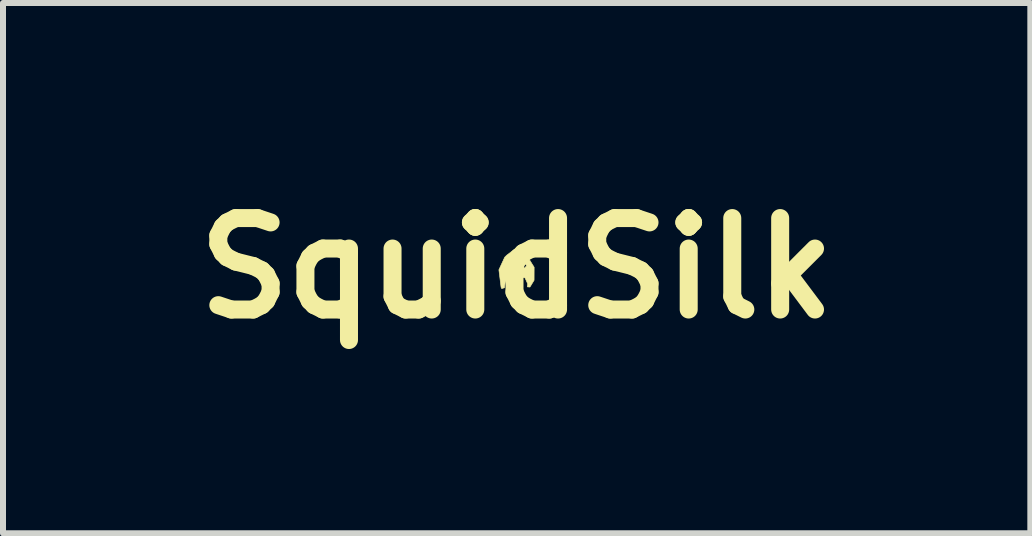
<source format=kicad_pcb>
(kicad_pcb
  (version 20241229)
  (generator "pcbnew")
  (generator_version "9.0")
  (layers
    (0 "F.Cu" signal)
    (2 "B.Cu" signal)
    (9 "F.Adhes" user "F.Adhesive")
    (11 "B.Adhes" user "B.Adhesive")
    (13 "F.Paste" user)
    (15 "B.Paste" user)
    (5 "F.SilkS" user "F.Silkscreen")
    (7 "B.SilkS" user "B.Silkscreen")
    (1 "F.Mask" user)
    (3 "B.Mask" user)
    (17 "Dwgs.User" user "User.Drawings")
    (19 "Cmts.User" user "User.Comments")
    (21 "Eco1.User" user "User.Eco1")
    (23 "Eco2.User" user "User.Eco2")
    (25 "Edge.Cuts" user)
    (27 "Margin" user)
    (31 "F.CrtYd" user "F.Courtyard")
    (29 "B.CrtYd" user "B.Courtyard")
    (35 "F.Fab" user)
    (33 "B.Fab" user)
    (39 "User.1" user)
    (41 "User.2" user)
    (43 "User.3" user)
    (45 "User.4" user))
  (footprint "SquidSilk"
    (layer "F.Cu")
    (at 5.559 1.418)
    (property "Reference" "SquidSilk" (at 0 0 0) (layer "F.SilkS") (effects (font (size 1.524 1.524) (thickness 0.3))))
    (attr through_hole)
    (fp_poly (pts (xy 0.066 -0.298) (xy 0.167 -0.214) (xy 0.291 -0.015) (xy 0.29 0.202) (xy 0.221 0.315) (xy 0.178 0.312) (xy 0.183 0.26) (xy 0.139 0.162) (xy 0 0.139) (xy -0.152 0.172) (xy -0.191 0.239) (xy -0.204 0.327) (xy -0.249 0.341) (xy -0.26 0.318) (xy -0.296 0.028) (xy -0.264 -0.042) (xy -0.169 -0.042) (xy -0.127 0) (xy -0.085 -0.042) (xy 0.085 -0.042) (xy 0.127 0) (xy 0.169 -0.042) (xy 0.127 -0.085) (xy 0.085 -0.042) (xy -0.085 -0.042) (xy -0.127 -0.085) (xy -0.169 -0.042) (xy -0.264 -0.042) (xy -0.199 -0.182) (xy -0.167 -0.214) (xy -0.035 -0.315) (xy 0.066 -0.298)) (stroke (width 0.01) (type solid)) (fill yes) (layer "F.SilkS")))
  (gr_rect
    (start -3 -3)
    (end 14.118 5.836)
    (stroke (width 0.1) (type default))
    (fill no)
    (layer "Edge.Cuts")))
</source>
